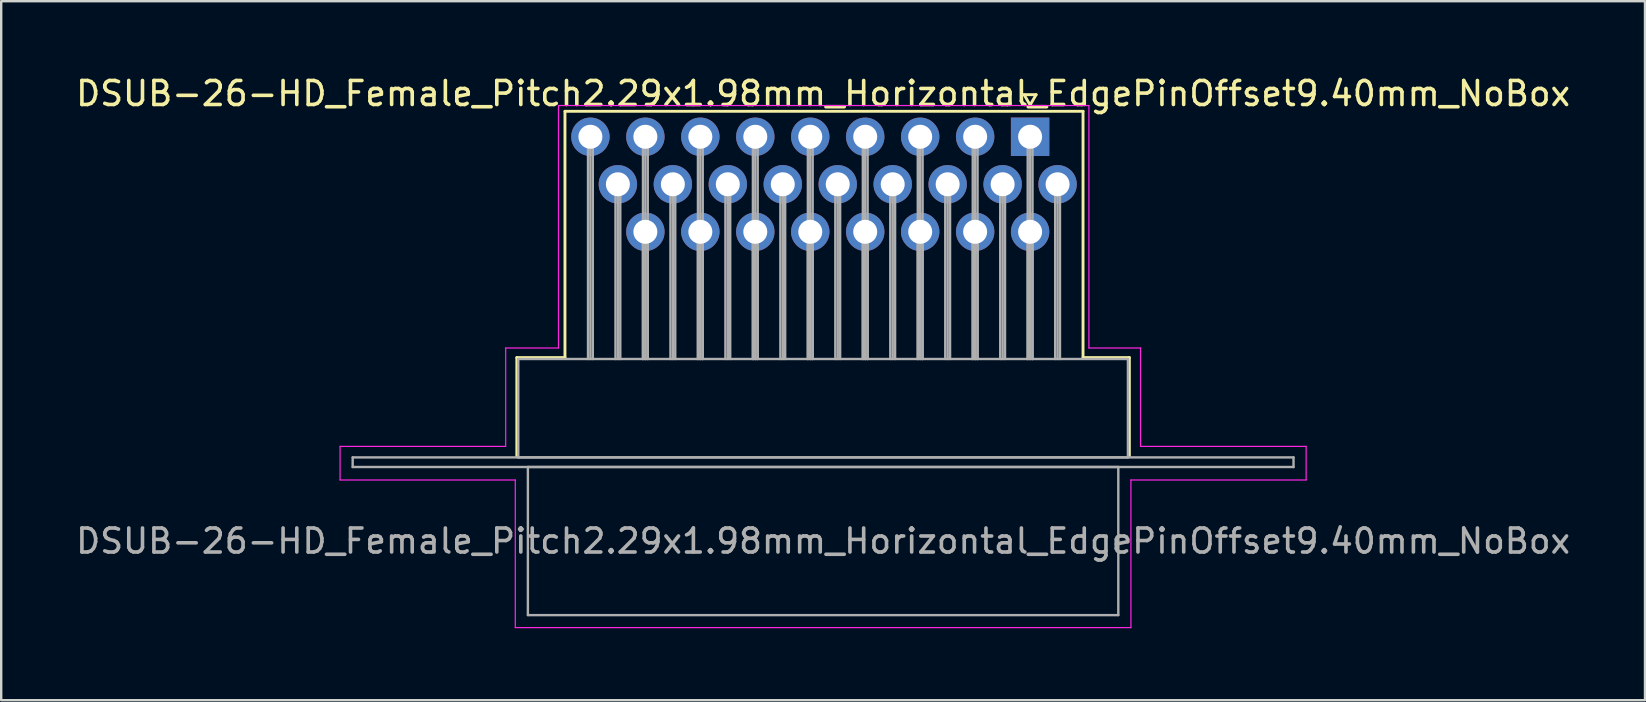
<source format=kicad_pcb>
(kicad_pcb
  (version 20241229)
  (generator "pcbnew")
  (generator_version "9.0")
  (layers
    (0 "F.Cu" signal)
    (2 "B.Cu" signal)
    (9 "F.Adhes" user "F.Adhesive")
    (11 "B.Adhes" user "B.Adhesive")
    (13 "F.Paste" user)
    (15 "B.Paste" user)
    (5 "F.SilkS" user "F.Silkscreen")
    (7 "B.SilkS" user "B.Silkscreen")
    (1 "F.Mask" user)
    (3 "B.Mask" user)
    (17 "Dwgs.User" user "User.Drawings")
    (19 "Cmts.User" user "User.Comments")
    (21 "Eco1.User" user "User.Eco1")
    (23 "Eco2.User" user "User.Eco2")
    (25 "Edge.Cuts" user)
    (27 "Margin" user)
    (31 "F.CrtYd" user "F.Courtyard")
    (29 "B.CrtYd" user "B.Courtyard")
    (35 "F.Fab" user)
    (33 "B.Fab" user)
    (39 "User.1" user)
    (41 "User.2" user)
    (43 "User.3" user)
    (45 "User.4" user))
  (footprint "DSUB-26-HD_Female_Pitch2.29x1.98mm_Horizontal_EdgePinOffset9.40mm_NoBox"
    (layer "F.Cu")
    (at 39.869 2.648)
    (property "Reference" "DSUB-26-HD_Female_Pitch2.29x1.98mm_Horizontal_EdgePinOffset9.40mm_NoBox" (at -8.625 -1.8 0) (layer "F.SilkS") (effects (font (size 1 1) (thickness 0.15))))
    (attr through_hole)
    (fp_line (start -21.385 9.2) (end -19.38 9.2) (stroke (width 0.12) (type solid)) (layer "F.SilkS"))
    (fp_line (start -21.385 13.3) (end -21.385 9.2) (stroke (width 0.12) (type solid)) (layer "F.SilkS"))
    (fp_line (start -19.38 -1.06) (end 2.205 -1.06) (stroke (width 0.12) (type solid)) (layer "F.SilkS"))
    (fp_line (start -19.38 9.2) (end -19.38 -1.06) (stroke (width 0.12) (type solid)) (layer "F.SilkS"))
    (fp_line (start -0.25 -1.754) (end 0.25 -1.754) (stroke (width 0.12) (type solid)) (layer "F.SilkS"))
    (fp_line (start 0 -1.321) (end -0.25 -1.754) (stroke (width 0.12) (type solid)) (layer "F.SilkS"))
    (fp_line (start 0.25 -1.754) (end 0 -1.321) (stroke (width 0.12) (type solid)) (layer "F.SilkS"))
    (fp_line (start 2.205 -1.06) (end 2.205 9.2) (stroke (width 0.12) (type solid)) (layer "F.SilkS"))
    (fp_line (start 2.205 9.2) (end 4.135 9.2) (stroke (width 0.12) (type solid)) (layer "F.SilkS"))
    (fp_line (start 4.135 9.2) (end 4.135 13.3) (stroke (width 0.12) (type solid)) (layer "F.SilkS"))
    (fp_line (start -28.75 12.9) (end -21.85 12.9) (stroke (width 0.05) (type solid)) (layer "F.CrtYd"))
    (fp_line (start -28.75 14.3) (end -28.75 12.9) (stroke (width 0.05) (type solid)) (layer "F.CrtYd"))
    (fp_line (start -21.85 8.8) (end -19.65 8.8) (stroke (width 0.05) (type solid)) (layer "F.CrtYd"))
    (fp_line (start -21.85 12.9) (end -21.85 8.8) (stroke (width 0.05) (type solid)) (layer "F.CrtYd"))
    (fp_line (start -21.45 14.3) (end -28.75 14.3) (stroke (width 0.05) (type solid)) (layer "F.CrtYd"))
    (fp_line (start -21.45 20.45) (end -21.45 14.3) (stroke (width 0.05) (type solid)) (layer "F.CrtYd"))
    (fp_line (start -19.65 -1.3) (end 2.45 -1.3) (stroke (width 0.05) (type solid)) (layer "F.CrtYd"))
    (fp_line (start -19.65 8.8) (end -19.65 -1.3) (stroke (width 0.05) (type solid)) (layer "F.CrtYd"))
    (fp_line (start 2.45 -1.3) (end 2.45 8.8) (stroke (width 0.05) (type solid)) (layer "F.CrtYd"))
    (fp_line (start 2.45 8.8) (end 4.6 8.8) (stroke (width 0.05) (type solid)) (layer "F.CrtYd"))
    (fp_line (start 4.2 14.3) (end 4.2 20.45) (stroke (width 0.05) (type solid)) (layer "F.CrtYd"))
    (fp_line (start 4.2 20.45) (end -21.45 20.45) (stroke (width 0.05) (type solid)) (layer "F.CrtYd"))
    (fp_line (start 4.6 8.8) (end 4.6 12.9) (stroke (width 0.05) (type solid)) (layer "F.CrtYd"))
    (fp_line (start 4.6 12.9) (end 11.5 12.9) (stroke (width 0.05) (type solid)) (layer "F.CrtYd"))
    (fp_line (start 11.5 12.9) (end 11.5 14.3) (stroke (width 0.05) (type solid)) (layer "F.CrtYd"))
    (fp_line (start 11.5 14.3) (end 4.2 14.3) (stroke (width 0.05) (type solid)) (layer "F.CrtYd"))
    (fp_line (start -28.225 13.36) (end -28.225 13.76) (stroke (width 0.1) (type solid)) (layer "F.Fab"))
    (fp_line (start -28.225 13.76) (end 10.975 13.76) (stroke (width 0.1) (type solid)) (layer "F.Fab"))
    (fp_line (start -21.325 9.26) (end -21.325 13.36) (stroke (width 0.1) (type solid)) (layer "F.Fab"))
    (fp_line (start -21.325 13.36) (end 4.075 13.36) (stroke (width 0.1) (type solid)) (layer "F.Fab"))
    (fp_line (start -20.925 13.76) (end -20.925 19.93) (stroke (width 0.1) (type solid)) (layer "F.Fab"))
    (fp_line (start -20.925 19.93) (end 3.675 19.93) (stroke (width 0.1) (type solid)) (layer "F.Fab"))
    (fp_line (start -18.42 0) (end -18.42 9.26) (stroke (width 0.1) (type solid)) (layer "F.Fab"))
    (fp_line (start -18.32 0) (end -18.32 9.26) (stroke (width 0.1) (type solid)) (layer "F.Fab"))
    (fp_line (start -18.22 0) (end -18.22 9.26) (stroke (width 0.1) (type solid)) (layer "F.Fab"))
    (fp_line (start -17.275 1.98) (end -17.275 9.26) (stroke (width 0.1) (type solid)) (layer "F.Fab"))
    (fp_line (start -17.175 1.98) (end -17.175 9.26) (stroke (width 0.1) (type solid)) (layer "F.Fab"))
    (fp_line (start -17.075 1.98) (end -17.075 9.26) (stroke (width 0.1) (type solid)) (layer "F.Fab"))
    (fp_line (start -16.13 0) (end -16.13 9.26) (stroke (width 0.1) (type solid)) (layer "F.Fab"))
    (fp_line (start -16.13 3.96) (end -16.13 9.26) (stroke (width 0.1) (type solid)) (layer "F.Fab"))
    (fp_line (start -16.03 0) (end -16.03 9.26) (stroke (width 0.1) (type solid)) (layer "F.Fab"))
    (fp_line (start -16.03 3.96) (end -16.03 9.26) (stroke (width 0.1) (type solid)) (layer "F.Fab"))
    (fp_line (start -15.93 0) (end -15.93 9.26) (stroke (width 0.1) (type solid)) (layer "F.Fab"))
    (fp_line (start -15.93 3.96) (end -15.93 9.26) (stroke (width 0.1) (type solid)) (layer "F.Fab"))
    (fp_line (start -14.985 1.98) (end -14.985 9.26) (stroke (width 0.1) (type solid)) (layer "F.Fab"))
    (fp_line (start -14.885 1.98) (end -14.885 9.26) (stroke (width 0.1) (type solid)) (layer "F.Fab"))
    (fp_line (start -14.785 1.98) (end -14.785 9.26) (stroke (width 0.1) (type solid)) (layer "F.Fab"))
    (fp_line (start -13.84 0) (end -13.84 9.26) (stroke (width 0.1) (type solid)) (layer "F.Fab"))
    (fp_line (start -13.84 3.96) (end -13.84 9.26) (stroke (width 0.1) (type solid)) (layer "F.Fab"))
    (fp_line (start -13.74 0) (end -13.74 9.26) (stroke (width 0.1) (type solid)) (layer "F.Fab"))
    (fp_line (start -13.74 3.96) (end -13.74 9.26) (stroke (width 0.1) (type solid)) (layer "F.Fab"))
    (fp_line (start -13.64 0) (end -13.64 9.26) (stroke (width 0.1) (type solid)) (layer "F.Fab"))
    (fp_line (start -13.64 3.96) (end -13.64 9.26) (stroke (width 0.1) (type solid)) (layer "F.Fab"))
    (fp_line (start -12.695 1.98) (end -12.695 9.26) (stroke (width 0.1) (type solid)) (layer "F.Fab"))
    (fp_line (start -12.595 1.98) (end -12.595 9.26) (stroke (width 0.1) (type solid)) (layer "F.Fab"))
    (fp_line (start -12.495 1.98) (end -12.495 9.26) (stroke (width 0.1) (type solid)) (layer "F.Fab"))
    (fp_line (start -11.55 0) (end -11.55 9.26) (stroke (width 0.1) (type solid)) (layer "F.Fab"))
    (fp_line (start -11.55 3.96) (end -11.55 9.26) (stroke (width 0.1) (type solid)) (layer "F.Fab"))
    (fp_line (start -11.45 0) (end -11.45 9.26) (stroke (width 0.1) (type solid)) (layer "F.Fab"))
    (fp_line (start -11.45 3.96) (end -11.45 9.26) (stroke (width 0.1) (type solid)) (layer "F.Fab"))
    (fp_line (start -11.35 0) (end -11.35 9.26) (stroke (width 0.1) (type solid)) (layer "F.Fab"))
    (fp_line (start -11.35 3.96) (end -11.35 9.26) (stroke (width 0.1) (type solid)) (layer "F.Fab"))
    (fp_line (start -10.405 1.98) (end -10.405 9.26) (stroke (width 0.1) (type solid)) (layer "F.Fab"))
    (fp_line (start -10.305 1.98) (end -10.305 9.26) (stroke (width 0.1) (type solid)) (layer "F.Fab"))
    (fp_line (start -10.205 1.98) (end -10.205 9.26) (stroke (width 0.1) (type solid)) (layer "F.Fab"))
    (fp_line (start -9.26 0) (end -9.26 9.26) (stroke (width 0.1) (type solid)) (layer "F.Fab"))
    (fp_line (start -9.26 3.96) (end -9.26 9.26) (stroke (width 0.1) (type solid)) (layer "F.Fab"))
    (fp_line (start -9.16 0) (end -9.16 9.26) (stroke (width 0.1) (type solid)) (layer "F.Fab"))
    (fp_line (start -9.16 3.96) (end -9.16 9.26) (stroke (width 0.1) (type solid)) (layer "F.Fab"))
    (fp_line (start -9.06 0) (end -9.06 9.26) (stroke (width 0.1) (type solid)) (layer "F.Fab"))
    (fp_line (start -9.06 3.96) (end -9.06 9.26) (stroke (width 0.1) (type solid)) (layer "F.Fab"))
    (fp_line (start -8.115 1.98) (end -8.115 9.26) (stroke (width 0.1) (type solid)) (layer "F.Fab"))
    (fp_line (start -8.015 1.98) (end -8.015 9.26) (stroke (width 0.1) (type solid)) (layer "F.Fab"))
    (fp_line (start -7.915 1.98) (end -7.915 9.26) (stroke (width 0.1) (type solid)) (layer "F.Fab"))
    (fp_line (start -6.97 0) (end -6.97 9.26) (stroke (width 0.1) (type solid)) (layer "F.Fab"))
    (fp_line (start -6.97 3.96) (end -6.97 9.26) (stroke (width 0.1) (type solid)) (layer "F.Fab"))
    (fp_line (start -6.87 0) (end -6.87 9.26) (stroke (width 0.1) (type solid)) (layer "F.Fab"))
    (fp_line (start -6.87 3.96) (end -6.87 9.26) (stroke (width 0.1) (type solid)) (layer "F.Fab"))
    (fp_line (start -6.77 0) (end -6.77 9.26) (stroke (width 0.1) (type solid)) (layer "F.Fab"))
    (fp_line (start -6.77 3.96) (end -6.77 9.26) (stroke (width 0.1) (type solid)) (layer "F.Fab"))
    (fp_line (start -5.825 1.98) (end -5.825 9.26) (stroke (width 0.1) (type solid)) (layer "F.Fab"))
    (fp_line (start -5.725 1.98) (end -5.725 9.26) (stroke (width 0.1) (type solid)) (layer "F.Fab"))
    (fp_line (start -5.625 1.98) (end -5.625 9.26) (stroke (width 0.1) (type solid)) (layer "F.Fab"))
    (fp_line (start -4.68 0) (end -4.68 9.26) (stroke (width 0.1) (type solid)) (layer "F.Fab"))
    (fp_line (start -4.68 3.96) (end -4.68 9.26) (stroke (width 0.1) (type solid)) (layer "F.Fab"))
    (fp_line (start -4.58 0) (end -4.58 9.26) (stroke (width 0.1) (type solid)) (layer "F.Fab"))
    (fp_line (start -4.58 3.96) (end -4.58 9.26) (stroke (width 0.1) (type solid)) (layer "F.Fab"))
    (fp_line (start -4.48 0) (end -4.48 9.26) (stroke (width 0.1) (type solid)) (layer "F.Fab"))
    (fp_line (start -4.48 3.96) (end -4.48 9.26) (stroke (width 0.1) (type solid)) (layer "F.Fab"))
    (fp_line (start -3.535 1.98) (end -3.535 9.26) (stroke (width 0.1) (type solid)) (layer "F.Fab"))
    (fp_line (start -3.435 1.98) (end -3.435 9.26) (stroke (width 0.1) (type solid)) (layer "F.Fab"))
    (fp_line (start -3.335 1.98) (end -3.335 9.26) (stroke (width 0.1) (type solid)) (layer "F.Fab"))
    (fp_line (start -2.39 0) (end -2.39 9.26) (stroke (width 0.1) (type solid)) (layer "F.Fab"))
    (fp_line (start -2.39 3.96) (end -2.39 9.26) (stroke (width 0.1) (type solid)) (layer "F.Fab"))
    (fp_line (start -2.29 0) (end -2.29 9.26) (stroke (width 0.1) (type solid)) (layer "F.Fab"))
    (fp_line (start -2.29 3.96) (end -2.29 9.26) (stroke (width 0.1) (type solid)) (layer "F.Fab"))
    (fp_line (start -2.19 0) (end -2.19 9.26) (stroke (width 0.1) (type solid)) (layer "F.Fab"))
    (fp_line (start -2.19 3.96) (end -2.19 9.26) (stroke (width 0.1) (type solid)) (layer "F.Fab"))
    (fp_line (start -1.245 1.98) (end -1.245 9.26) (stroke (width 0.1) (type solid)) (layer "F.Fab"))
    (fp_line (start -1.145 1.98) (end -1.145 9.26) (stroke (width 0.1) (type solid)) (layer "F.Fab"))
    (fp_line (start -1.045 1.98) (end -1.045 9.26) (stroke (width 0.1) (type solid)) (layer "F.Fab"))
    (fp_line (start -0.1 0) (end -0.1 9.26) (stroke (width 0.1) (type solid)) (layer "F.Fab"))
    (fp_line (start -0.1 3.96) (end -0.1 9.26) (stroke (width 0.1) (type solid)) (layer "F.Fab"))
    (fp_line (start 0 0) (end 0 9.26) (stroke (width 0.1) (type solid)) (layer "F.Fab"))
    (fp_line (start 0 3.96) (end 0 9.26) (stroke (width 0.1) (type solid)) (layer "F.Fab"))
    (fp_line (start 0.1 0) (end 0.1 9.26) (stroke (width 0.1) (type solid)) (layer "F.Fab"))
    (fp_line (start 0.1 3.96) (end 0.1 9.26) (stroke (width 0.1) (type solid)) (layer "F.Fab"))
    (fp_line (start 1.045 1.98) (end 1.045 9.26) (stroke (width 0.1) (type solid)) (layer "F.Fab"))
    (fp_line (start 1.145 1.98) (end 1.145 9.26) (stroke (width 0.1) (type solid)) (layer "F.Fab"))
    (fp_line (start 1.245 1.98) (end 1.245 9.26) (stroke (width 0.1) (type solid)) (layer "F.Fab"))
    (fp_line (start 3.675 13.76) (end -20.925 13.76) (stroke (width 0.1) (type solid)) (layer "F.Fab"))
    (fp_line (start 3.675 19.93) (end 3.675 13.76) (stroke (width 0.1) (type solid)) (layer "F.Fab"))
    (fp_line (start 4.075 9.26) (end -21.325 9.26) (stroke (width 0.1) (type solid)) (layer "F.Fab"))
    (fp_line (start 4.075 13.36) (end 4.075 9.26) (stroke (width 0.1) (type solid)) (layer "F.Fab"))
    (fp_line (start 10.975 13.36) (end -28.225 13.36) (stroke (width 0.1) (type solid)) (layer "F.Fab"))
    (fp_line (start 10.975 13.76) (end 10.975 13.36) (stroke (width 0.1) (type solid)) (layer "F.Fab"))
    (fp_text user "${REFERENCE}" (at -8.625 16.845 0) (layer "F.Fab") (effects (font (size 1 1) (thickness 0.15))))
    (pad "1" thru_hole rect (at 0 0) (size 1.6 1.6) (drill 1) (layers "*.Cu" "*.Mask"))
    (pad "2" thru_hole circle (at -2.29 0) (size 1.6 1.6) (drill 1) (layers "*.Cu" "*.Mask"))
    (pad "3" thru_hole circle (at -4.58 0) (size 1.6 1.6) (drill 1) (layers "*.Cu" "*.Mask"))
    (pad "4" thru_hole circle (at -6.87 0) (size 1.6 1.6) (drill 1) (layers "*.Cu" "*.Mask"))
    (pad "5" thru_hole circle (at -9.16 0) (size 1.6 1.6) (drill 1) (layers "*.Cu" "*.Mask"))
    (pad "6" thru_hole circle (at -11.45 0) (size 1.6 1.6) (drill 1) (layers "*.Cu" "*.Mask"))
    (pad "7" thru_hole circle (at -13.74 0) (size 1.6 1.6) (drill 1) (layers "*.Cu" "*.Mask"))
    (pad "8" thru_hole circle (at -16.03 0) (size 1.6 1.6) (drill 1) (layers "*.Cu" "*.Mask"))
    (pad "9" thru_hole circle (at -18.32 0) (size 1.6 1.6) (drill 1) (layers "*.Cu" "*.Mask"))
    (pad "10" thru_hole circle (at 1.145 1.98) (size 1.6 1.6) (drill 1) (layers "*.Cu" "*.Mask"))
    (pad "11" thru_hole circle (at -1.145 1.98) (size 1.6 1.6) (drill 1) (layers "*.Cu" "*.Mask"))
    (pad "12" thru_hole circle (at -3.435 1.98) (size 1.6 1.6) (drill 1) (layers "*.Cu" "*.Mask"))
    (pad "13" thru_hole circle (at -5.725 1.98) (size 1.6 1.6) (drill 1) (layers "*.Cu" "*.Mask"))
    (pad "14" thru_hole circle (at -8.015 1.98) (size 1.6 1.6) (drill 1) (layers "*.Cu" "*.Mask"))
    (pad "15" thru_hole circle (at -10.305 1.98) (size 1.6 1.6) (drill 1) (layers "*.Cu" "*.Mask"))
    (pad "16" thru_hole circle (at -12.595 1.98) (size 1.6 1.6) (drill 1) (layers "*.Cu" "*.Mask"))
    (pad "17" thru_hole circle (at -14.885 1.98) (size 1.6 1.6) (drill 1) (layers "*.Cu" "*.Mask"))
    (pad "18" thru_hole circle (at -17.175 1.98) (size 1.6 1.6) (drill 1) (layers "*.Cu" "*.Mask"))
    (pad "19" thru_hole circle (at 0 3.96) (size 1.6 1.6) (drill 1) (layers "*.Cu" "*.Mask"))
    (pad "20" thru_hole circle (at -2.29 3.96) (size 1.6 1.6) (drill 1) (layers "*.Cu" "*.Mask"))
    (pad "21" thru_hole circle (at -4.58 3.96) (size 1.6 1.6) (drill 1) (layers "*.Cu" "*.Mask"))
    (pad "22" thru_hole circle (at -6.87 3.96) (size 1.6 1.6) (drill 1) (layers "*.Cu" "*.Mask"))
    (pad "23" thru_hole circle (at -9.16 3.96) (size 1.6 1.6) (drill 1) (layers "*.Cu" "*.Mask"))
    (pad "24" thru_hole circle (at -11.45 3.96) (size 1.6 1.6) (drill 1) (layers "*.Cu" "*.Mask"))
    (pad "25" thru_hole circle (at -13.74 3.96) (size 1.6 1.6) (drill 1) (layers "*.Cu" "*.Mask"))
    (pad "26" thru_hole circle (at -16.03 3.96) (size 1.6 1.6) (drill 1) (layers "*.Cu" "*.Mask")))
  (gr_rect
    (start -3 -3)
    (end 65.488 26.123)
    (stroke (width 0.1) (type default))
    (fill no)
    (layer "Edge.Cuts")))
</source>
